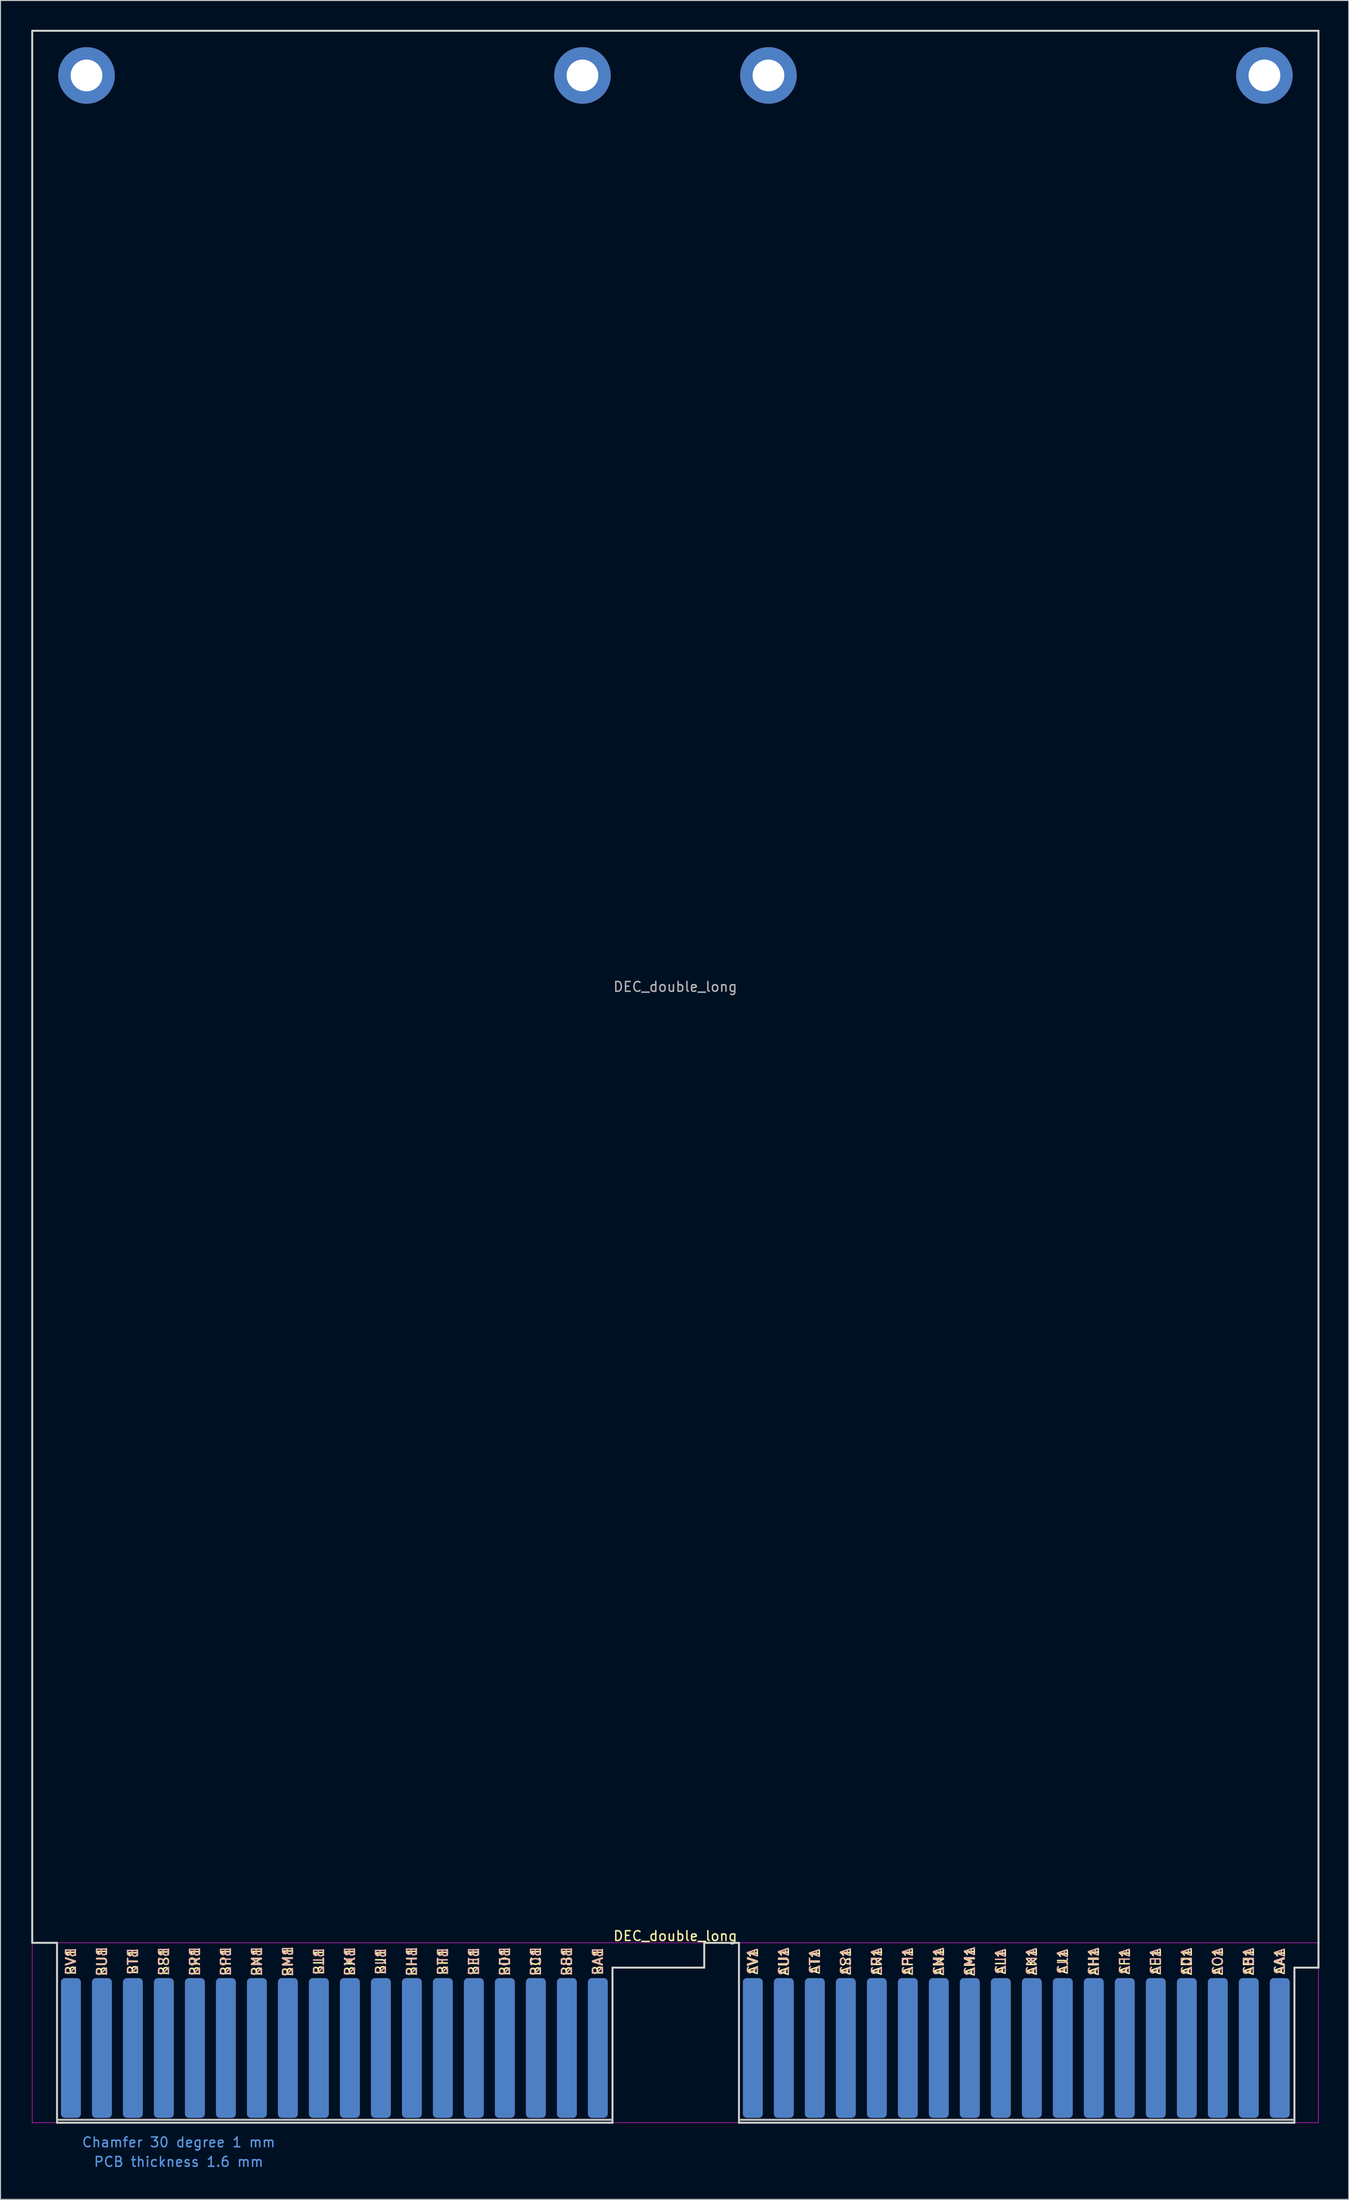
<source format=kicad_pcb>
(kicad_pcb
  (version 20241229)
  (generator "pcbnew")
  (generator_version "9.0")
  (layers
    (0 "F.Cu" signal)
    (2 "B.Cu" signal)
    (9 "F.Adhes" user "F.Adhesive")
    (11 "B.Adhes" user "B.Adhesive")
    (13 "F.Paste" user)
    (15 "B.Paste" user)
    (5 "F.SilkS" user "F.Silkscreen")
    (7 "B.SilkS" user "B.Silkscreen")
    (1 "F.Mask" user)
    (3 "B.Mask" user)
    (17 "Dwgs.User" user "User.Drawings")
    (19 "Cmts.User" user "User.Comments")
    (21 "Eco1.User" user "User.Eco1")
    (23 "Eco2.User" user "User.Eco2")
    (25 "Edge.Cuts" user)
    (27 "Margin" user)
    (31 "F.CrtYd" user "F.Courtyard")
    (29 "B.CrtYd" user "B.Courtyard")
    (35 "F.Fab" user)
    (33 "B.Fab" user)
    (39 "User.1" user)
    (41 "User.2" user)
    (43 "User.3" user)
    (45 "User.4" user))
  (footprint "DEC_double_long"
    (layer "F.Cu")
    (at 0.25 214.222)
    (property "Reference" "DEC_double_long" (at 65.87 -19.11 0) (layer "F.SilkS") (effects (font (size 1 1) (thickness 0.15))))
    (attr exclude_from_pos_files exclude_from_bom)
    (fp_line (start 2.54 -0.3) (end 59.436 -0.3) (stroke (width 0.2) (type solid)) (layer "Dwgs.User"))
    (fp_line (start 72.39 -0.3) (end 129.286 -0.3) (stroke (width 0.2) (type solid)) (layer "Dwgs.User"))
    (fp_line (start 0 -214.122) (end 131.75 -214.122) (stroke (width 0.2) (type solid)) (layer "Edge.Cuts"))
    (fp_line (start 0 -18.415) (end 0 -214.122) (stroke (width 0.2) (type solid)) (layer "Edge.Cuts"))
    (fp_line (start 0 -18.415) (end 2.54 -18.415) (stroke (width 0.2) (type solid)) (layer "Edge.Cuts"))
    (fp_line (start 2.54 -18.415) (end 2.54 -15.875) (stroke (width 0.2) (type solid)) (layer "Edge.Cuts"))
    (fp_line (start 2.54 -15.875) (end 2.54 0) (stroke (width 0.2) (type solid)) (layer "Edge.Cuts"))
    (fp_line (start 2.54 0) (end 59.436 0) (stroke (width 0.2) (type solid)) (layer "Edge.Cuts"))
    (fp_line (start 59.436 -15.875) (end 68.834 -15.875) (stroke (width 0.2) (type solid)) (layer "Edge.Cuts"))
    (fp_line (start 59.436 0) (end 59.436 -15.875) (stroke (width 0.2) (type solid)) (layer "Edge.Cuts"))
    (fp_line (start 68.834 -18.415) (end 72.39 -18.415) (stroke (width 0.2) (type solid)) (layer "Edge.Cuts"))
    (fp_line (start 68.834 -15.875) (end 68.834 -18.415) (stroke (width 0.2) (type solid)) (layer "Edge.Cuts"))
    (fp_line (start 72.39 -18.415) (end 72.39 -15.875) (stroke (width 0.2) (type solid)) (layer "Edge.Cuts"))
    (fp_line (start 72.39 -15.875) (end 72.39 0) (stroke (width 0.2) (type solid)) (layer "Edge.Cuts"))
    (fp_line (start 72.39 0) (end 129.286 0) (stroke (width 0.2) (type solid)) (layer "Edge.Cuts"))
    (fp_line (start 129.286 -15.875) (end 131.75 -15.875) (stroke (width 0.2) (type solid)) (layer "Edge.Cuts"))
    (fp_line (start 129.286 0) (end 129.286 -15.875) (stroke (width 0.2) (type solid)) (layer "Edge.Cuts"))
    (fp_line (start 131.75 -214.122) (end 131.75 -18.415) (stroke (width 0.2) (type solid)) (layer "Edge.Cuts"))
    (fp_line (start 131.75 -15.875) (end 131.75 -18.415) (stroke (width 0.2) (type solid)) (layer "Edge.Cuts"))
    (fp_line (start 0 -18.42) (end 131.74 -18.42) (stroke (width 0.05) (type solid)) (layer "F.CrtYd"))
    (fp_line (start 0 0) (end 0 -18.42) (stroke (width 0.05) (type solid)) (layer "F.CrtYd"))
    (fp_line (start 131.74 -18.42) (end 131.74 0) (stroke (width 0.05) (type solid)) (layer "F.CrtYd"))
    (fp_line (start 131.74 0) (end 0 0) (stroke (width 0.05) (type solid)) (layer "F.CrtYd"))
    (fp_text user "BV1" (at 3.962 -16.51 90) (layer "F.SilkS") (effects (font (size 1 1) (thickness 0.15))))
    (fp_text user "AS1" (at 83.337 -16.51 90) (layer "F.SilkS") (effects (font (size 1 1) (thickness 0.15))))
    (fp_text user "BM1" (at 26.187 -16.51 90) (layer "F.SilkS") (effects (font (size 1 1) (thickness 0.15))))
    (fp_text user "AL1" (at 99.212 -16.51 90) (layer "F.SilkS") (effects (font (size 1 1) (thickness 0.15))))
    (fp_text user "BF1" (at 42.062 -16.51 90) (layer "F.SilkS") (effects (font (size 1 1) (thickness 0.15))))
    (fp_text user "AU1" (at 76.987 -16.51 90) (layer "F.SilkS") (effects (font (size 1 1) (thickness 0.15))))
    (fp_text user "BS1" (at 13.487 -16.51 90) (layer "F.SilkS") (effects (font (size 1 1) (thickness 0.15))))
    (fp_text user "BA1" (at 57.937 -16.51 90) (layer "F.SilkS") (effects (font (size 1 1) (thickness 0.15))))
    (fp_text user "AR1" (at 86.512 -16.51 90) (layer "F.SilkS") (effects (font (size 1 1) (thickness 0.15))))
    (fp_text user "AB1" (at 124.612 -16.51 90) (layer "F.SilkS") (effects (font (size 1 1) (thickness 0.15))))
    (fp_text user "BC1" (at 51.587 -16.51 90) (layer "F.SilkS") (effects (font (size 1 1) (thickness 0.15))))
    (fp_text user "AV1" (at 73.812 -16.51 90) (layer "F.SilkS") (effects (font (size 1 1) (thickness 0.15))))
    (fp_text user "BB1" (at 54.762 -16.51 90) (layer "F.SilkS") (effects (font (size 1 1) (thickness 0.15))))
    (fp_text user "BH1" (at 38.887 -16.51 90) (layer "F.SilkS") (effects (font (size 1 1) (thickness 0.15))))
    (fp_text user "BL1" (at 29.362 -16.51 90) (layer "F.SilkS") (effects (font (size 1 1) (thickness 0.15))))
    (fp_text user "AT1" (at 80.162 -16.51 90) (layer "F.SilkS") (effects (font (size 1 1) (thickness 0.15))))
    (fp_text user "BR1" (at 16.662 -16.51 90) (layer "F.SilkS") (effects (font (size 1 1) (thickness 0.15))))
    (fp_text user "AE1" (at 115.087 -16.51 90) (layer "F.SilkS") (effects (font (size 1 1) (thickness 0.15))))
    (fp_text user "BK1" (at 32.537 -16.51 90) (layer "F.SilkS") (effects (font (size 1 1) (thickness 0.15))))
    (fp_text user "AA1" (at 127.787 -16.51 90) (layer "F.SilkS") (effects (font (size 1 1) (thickness 0.15))))
    (fp_text user "AC1" (at 121.437 -16.51 90) (layer "F.SilkS") (effects (font (size 1 1) (thickness 0.15))))
    (fp_text user "AD1" (at 118.262 -16.51 90) (layer "F.SilkS") (effects (font (size 1 1) (thickness 0.15))))
    (fp_text user "AN1" (at 92.862 -16.51 90) (layer "F.SilkS") (effects (font (size 1 1) (thickness 0.15))))
    (fp_text user "BN1" (at 23.012 -16.51 90) (layer "F.SilkS") (effects (font (size 1 1) (thickness 0.15))))
    (fp_text user "BE1" (at 45.237 -16.51 90) (layer "F.SilkS") (effects (font (size 1 1) (thickness 0.15))))
    (fp_text user "AH1" (at 108.737 -16.51 90) (layer "F.SilkS") (effects (font (size 1 1) (thickness 0.15))))
    (fp_text user "BT1" (at 10.312 -16.51 90) (layer "F.SilkS") (effects (font (size 1 1) (thickness 0.15))))
    (fp_text user "AJ1" (at 105.562 -16.51 90) (layer "F.SilkS") (effects (font (size 1 1) (thickness 0.15))))
    (fp_text user "BD1" (at 48.412 -16.51 90) (layer "F.SilkS") (effects (font (size 1 1) (thickness 0.15))))
    (fp_text user "BJ1" (at 35.712 -16.51 90) (layer "F.SilkS") (effects (font (size 1 1) (thickness 0.15))))
    (fp_text user "AP1" (at 89.687 -16.51 90) (layer "F.SilkS") (effects (font (size 1 1) (thickness 0.15))))
    (fp_text user "AM1" (at 96.037 -16.51 90) (layer "F.SilkS") (effects (font (size 1 1) (thickness 0.15))))
    (fp_text user "BP1" (at 19.837 -16.51 90) (layer "F.SilkS") (effects (font (size 1 1) (thickness 0.15))))
    (fp_text user "AK1" (at 102.387 -16.51 90) (layer "F.SilkS") (effects (font (size 1 1) (thickness 0.15))))
    (fp_text user "AF1" (at 111.912 -16.51 90) (layer "F.SilkS") (effects (font (size 1 1) (thickness 0.15))))
    (fp_text user "BU1" (at 7.137 -16.51 90) (layer "F.SilkS") (effects (font (size 1 1) (thickness 0.15))))
    (fp_text user "AB2" (at 124.612 -16.51 90) (layer "B.SilkS") (effects (font (size 1 1) (thickness 0.15)) (justify mirror)))
    (fp_text user "AA2" (at 127.787 -16.51 90) (layer "B.SilkS") (effects (font (size 1 1) (thickness 0.15)) (justify mirror)))
    (fp_text user "BS2" (at 13.487 -16.51 90) (layer "B.SilkS") (effects (font (size 1 1) (thickness 0.15)) (justify mirror)))
    (fp_text user "AK2" (at 102.387 -16.51 90) (layer "B.SilkS") (effects (font (size 1 1) (thickness 0.15)) (justify mirror)))
    (fp_text user "AP2" (at 89.687 -16.51 90) (layer "B.SilkS") (effects (font (size 1 1) (thickness 0.15)) (justify mirror)))
    (fp_text user "BL2" (at 29.362 -16.51 90) (layer "B.SilkS") (effects (font (size 1 1) (thickness 0.15)) (justify mirror)))
    (fp_text user "AL2" (at 99.212 -16.51 90) (layer "B.SilkS") (effects (font (size 1 1) (thickness 0.15)) (justify mirror)))
    (fp_text user "BK2" (at 32.537 -16.51 90) (layer "B.SilkS") (effects (font (size 1 1) (thickness 0.15)) (justify mirror)))
    (fp_text user "BC2" (at 51.587 -16.51 90) (layer "B.SilkS") (effects (font (size 1 1) (thickness 0.15)) (justify mirror)))
    (fp_text user "BM2" (at 26.187 -16.51 90) (layer "B.SilkS") (effects (font (size 1 1) (thickness 0.15)) (justify mirror)))
    (fp_text user "AR2" (at 86.512 -16.51 90) (layer "B.SilkS") (effects (font (size 1 1) (thickness 0.15)) (justify mirror)))
    (fp_text user "BF2" (at 42.062 -16.51 90) (layer "B.SilkS") (effects (font (size 1 1) (thickness 0.15)) (justify mirror)))
    (fp_text user "BB2" (at 54.762 -16.51 90) (layer "B.SilkS") (effects (font (size 1 1) (thickness 0.15)) (justify mirror)))
    (fp_text user "AN2" (at 92.862 -16.51 90) (layer "B.SilkS") (effects (font (size 1 1) (thickness 0.15)) (justify mirror)))
    (fp_text user "BN2" (at 23.012 -16.51 90) (layer "B.SilkS") (effects (font (size 1 1) (thickness 0.15)) (justify mirror)))
    (fp_text user "AE2" (at 115.087 -16.51 90) (layer "B.SilkS") (effects (font (size 1 1) (thickness 0.15)) (justify mirror)))
    (fp_text user "AJ2" (at 105.562 -16.51 90) (layer "B.SilkS") (effects (font (size 1 1) (thickness 0.15)) (justify mirror)))
    (fp_text user "BJ2" (at 35.712 -16.51 90) (layer "B.SilkS") (effects (font (size 1 1) (thickness 0.15)) (justify mirror)))
    (fp_text user "AM2" (at 96.037 -16.51 90) (layer "B.SilkS") (effects (font (size 1 1) (thickness 0.15)) (justify mirror)))
    (fp_text user "AS2" (at 83.337 -16.51 90) (layer "B.SilkS") (effects (font (size 1 1) (thickness 0.15)) (justify mirror)))
    (fp_text user "BH2" (at 38.887 -16.51 90) (layer "B.SilkS") (effects (font (size 1 1) (thickness 0.15)) (justify mirror)))
    (fp_text user "AT2" (at 80.162 -16.51 90) (layer "B.SilkS") (effects (font (size 1 1) (thickness 0.15)) (justify mirror)))
    (fp_text user "AD2" (at 118.262 -16.51 90) (layer "B.SilkS") (effects (font (size 1 1) (thickness 0.15)) (justify mirror)))
    (fp_text user "AH2" (at 108.737 -16.51 90) (layer "B.SilkS") (effects (font (size 1 1) (thickness 0.15)) (justify mirror)))
    (fp_text user "BE2" (at 45.237 -16.51 90) (layer "B.SilkS") (effects (font (size 1 1) (thickness 0.15)) (justify mirror)))
    (fp_text user "BP2" (at 19.837 -16.51 90) (layer "B.SilkS") (effects (font (size 1 1) (thickness 0.15)) (justify mirror)))
    (fp_text user "BV2" (at 3.962 -16.51 90) (layer "B.SilkS") (effects (font (size 1 1) (thickness 0.15)) (justify mirror)))
    (fp_text user "AF2" (at 111.912 -16.51 90) (layer "B.SilkS") (effects (font (size 1 1) (thickness 0.15)) (justify mirror)))
    (fp_text user "BD2" (at 48.412 -16.51 90) (layer "B.SilkS") (effects (font (size 1 1) (thickness 0.15)) (justify mirror)))
    (fp_text user "BT2" (at 10.312 -16.51 90) (layer "B.SilkS") (effects (font (size 1 1) (thickness 0.15)) (justify mirror)))
    (fp_text user "AC2" (at 121.437 -16.51 90) (layer "B.SilkS") (effects (font (size 1 1) (thickness 0.15)) (justify mirror)))
    (fp_text user "BA2" (at 57.937 -16.51 90) (layer "B.SilkS") (effects (font (size 1 1) (thickness 0.15)) (justify mirror)))
    (fp_text user "AU2" (at 76.987 -16.51 90) (layer "B.SilkS") (effects (font (size 1 1) (thickness 0.15)) (justify mirror)))
    (fp_text user "BU2" (at 7.137 -16.51 90) (layer "B.SilkS") (effects (font (size 1 1) (thickness 0.15)) (justify mirror)))
    (fp_text user "AV2" (at 73.812 -16.51 90) (layer "B.SilkS") (effects (font (size 1 1) (thickness 0.15)) (justify mirror)))
    (fp_text user "BR2" (at 16.662 -16.51 90) (layer "B.SilkS") (effects (font (size 1 1) (thickness 0.15)) (justify mirror)))
    (fp_text user "Chamfer 30 degree 1 mm" (at 15 2 0) (layer "Cmts.User") (effects (font (size 1 1) (thickness 0.15))))
    (fp_text user "PCB thickness 1.6 mm" (at 15 4 0) (layer "Cmts.User") (effects (font (size 1 1) (thickness 0.15))))
    (fp_text user "${REFERENCE}" (at 65.87 -116.27 0) (layer "F.Fab") (effects (font (size 1 1) (thickness 0.15))))
    (pad "AA1" connect roundrect (at 127.787 -7.65) (size 2.032 14.3) (layers "F.Cu" "F.Mask") (roundrect_rratio 0.2))
    (pad "AA2" connect roundrect (at 127.787 -7.65) (size 2.032 14.3) (layers "B.Cu" "B.Mask") (roundrect_rratio 0.2))
    (pad "AB1" connect roundrect (at 124.612 -7.65) (size 2.032 14.3) (layers "F.Cu" "F.Mask") (roundrect_rratio 0.2))
    (pad "AB2" connect roundrect (at 124.612 -7.65) (size 2.032 14.3) (layers "B.Cu" "B.Mask") (roundrect_rratio 0.2))
    (pad "AC1" connect roundrect (at 121.437 -7.65) (size 2.032 14.3) (layers "F.Cu" "F.Mask") (roundrect_rratio 0.2))
    (pad "AC2" connect roundrect (at 121.437 -7.65) (size 2.032 14.3) (layers "B.Cu" "B.Mask") (roundrect_rratio 0.2))
    (pad "AD1" connect roundrect (at 118.262 -7.65) (size 2.032 14.3) (layers "F.Cu" "F.Mask") (roundrect_rratio 0.2))
    (pad "AD2" connect roundrect (at 118.262 -7.65) (size 2.032 14.3) (layers "B.Cu" "B.Mask") (roundrect_rratio 0.2))
    (pad "AE1" connect roundrect (at 115.087 -7.65) (size 2.032 14.3) (layers "F.Cu" "F.Mask") (roundrect_rratio 0.2))
    (pad "AE2" connect roundrect (at 115.087 -7.65) (size 2.032 14.3) (layers "B.Cu" "B.Mask") (roundrect_rratio 0.2))
    (pad "AF1" connect roundrect (at 111.912 -7.65) (size 2.032 14.3) (layers "F.Cu" "F.Mask") (roundrect_rratio 0.2))
    (pad "AF2" connect roundrect (at 111.912 -7.65) (size 2.032 14.3) (layers "B.Cu" "B.Mask") (roundrect_rratio 0.2))
    (pad "AH1" connect roundrect (at 108.737 -7.65) (size 2.032 14.3) (layers "F.Cu" "F.Mask") (roundrect_rratio 0.2))
    (pad "AH2" connect roundrect (at 108.737 -7.65) (size 2.032 14.3) (layers "B.Cu" "B.Mask") (roundrect_rratio 0.2))
    (pad "AJ1" connect roundrect (at 105.562 -7.65) (size 2.032 14.3) (layers "F.Cu" "F.Mask") (roundrect_rratio 0.2))
    (pad "AJ2" connect roundrect (at 105.562 -7.65) (size 2.032 14.3) (layers "B.Cu" "B.Mask") (roundrect_rratio 0.2))
    (pad "AK1" connect roundrect (at 102.387 -7.65) (size 2.032 14.3) (layers "F.Cu" "F.Mask") (roundrect_rratio 0.2))
    (pad "AK2" connect roundrect (at 102.387 -7.65) (size 2.032 14.3) (layers "B.Cu" "B.Mask") (roundrect_rratio 0.2))
    (pad "AL1" connect roundrect (at 99.212 -7.65) (size 2.032 14.3) (layers "F.Cu" "F.Mask") (roundrect_rratio 0.2))
    (pad "AL2" connect roundrect (at 99.212 -7.65) (size 2.032 14.3) (layers "B.Cu" "B.Mask") (roundrect_rratio 0.2))
    (pad "AM1" connect roundrect (at 96.037 -7.65) (size 2.032 14.3) (layers "F.Cu" "F.Mask") (roundrect_rratio 0.2))
    (pad "AM2" connect roundrect (at 96.037 -7.65) (size 2.032 14.3) (layers "B.Cu" "B.Mask") (roundrect_rratio 0.2))
    (pad "AN1" connect roundrect (at 92.862 -7.65) (size 2.032 14.3) (layers "F.Cu" "F.Mask") (roundrect_rratio 0.2))
    (pad "AN2" connect roundrect (at 92.862 -7.65) (size 2.032 14.3) (layers "B.Cu" "B.Mask") (roundrect_rratio 0.2))
    (pad "AP1" connect roundrect (at 89.687 -7.65) (size 2.032 14.3) (layers "F.Cu" "F.Mask") (roundrect_rratio 0.2))
    (pad "AP2" connect roundrect (at 89.687 -7.65) (size 2.032 14.3) (layers "B.Cu" "B.Mask") (roundrect_rratio 0.2))
    (pad "AR1" connect roundrect (at 86.512 -7.65) (size 2.032 14.3) (layers "F.Cu" "F.Mask") (roundrect_rratio 0.2))
    (pad "AR2" connect roundrect (at 86.512 -7.65) (size 2.032 14.3) (layers "B.Cu" "B.Mask") (roundrect_rratio 0.2))
    (pad "AS1" connect roundrect (at 83.337 -7.65) (size 2.032 14.3) (layers "F.Cu" "F.Mask") (roundrect_rratio 0.2))
    (pad "AS2" connect roundrect (at 83.337 -7.65) (size 2.032 14.3) (layers "B.Cu" "B.Mask") (roundrect_rratio 0.2))
    (pad "AT1" connect roundrect (at 80.162 -7.65) (size 2.032 14.3) (layers "F.Cu" "F.Mask") (roundrect_rratio 0.2))
    (pad "AT2" connect roundrect (at 80.162 -7.65) (size 2.032 14.3) (layers "B.Cu" "B.Mask") (roundrect_rratio 0.2))
    (pad "AU1" connect roundrect (at 76.987 -7.65) (size 2.032 14.3) (layers "F.Cu" "F.Mask") (roundrect_rratio 0.2))
    (pad "AU2" connect roundrect (at 76.987 -7.65) (size 2.032 14.3) (layers "B.Cu" "B.Mask") (roundrect_rratio 0.2))
    (pad "AV1" connect roundrect (at 73.812 -7.65) (size 2.032 14.3) (layers "F.Cu" "F.Mask") (roundrect_rratio 0.2))
    (pad "AV2" connect roundrect (at 73.812 -7.65) (size 2.032 14.3) (layers "B.Cu" "B.Mask") (roundrect_rratio 0.2))
    (pad "BA1" connect roundrect (at 57.937 -7.65) (size 2.032 14.3) (layers "F.Cu" "F.Mask") (roundrect_rratio 0.2))
    (pad "BA2" connect roundrect (at 57.937 -7.65) (size 2.032 14.3) (layers "B.Cu" "B.Mask") (roundrect_rratio 0.2))
    (pad "BB1" connect roundrect (at 54.762 -7.65) (size 2.032 14.3) (layers "F.Cu" "F.Mask") (roundrect_rratio 0.2))
    (pad "BB2" connect roundrect (at 54.762 -7.65) (size 2.032 14.3) (layers "B.Cu" "B.Mask") (roundrect_rratio 0.2))
    (pad "BC1" connect roundrect (at 51.587 -7.65) (size 2.032 14.3) (layers "F.Cu" "F.Mask") (roundrect_rratio 0.2))
    (pad "BC2" connect roundrect (at 51.587 -7.65) (size 2.032 14.3) (layers "B.Cu" "B.Mask") (roundrect_rratio 0.2))
    (pad "BD1" connect roundrect (at 48.412 -7.65) (size 2.032 14.3) (layers "F.Cu" "F.Mask") (roundrect_rratio 0.2))
    (pad "BD2" connect roundrect (at 48.412 -7.65) (size 2.032 14.3) (layers "B.Cu" "B.Mask") (roundrect_rratio 0.2))
    (pad "BE1" connect roundrect (at 45.237 -7.65) (size 2.032 14.3) (layers "F.Cu" "F.Mask") (roundrect_rratio 0.2))
    (pad "BE2" connect roundrect (at 45.237 -7.65) (size 2.032 14.3) (layers "B.Cu" "B.Mask") (roundrect_rratio 0.2))
    (pad "BF1" connect roundrect (at 42.062 -7.65) (size 2.032 14.3) (layers "F.Cu" "F.Mask") (roundrect_rratio 0.2))
    (pad "BF2" connect roundrect (at 42.062 -7.65) (size 2.032 14.3) (layers "B.Cu" "B.Mask") (roundrect_rratio 0.2))
    (pad "BH1" connect roundrect (at 38.887 -7.65) (size 2.032 14.3) (layers "F.Cu" "F.Mask") (roundrect_rratio 0.2))
    (pad "BH2" connect roundrect (at 38.887 -7.65) (size 2.032 14.3) (layers "B.Cu" "B.Mask") (roundrect_rratio 0.2))
    (pad "BJ1" connect roundrect (at 35.712 -7.65) (size 2.032 14.3) (layers "F.Cu" "F.Mask") (roundrect_rratio 0.2))
    (pad "BJ2" connect roundrect (at 35.712 -7.65) (size 2.032 14.3) (layers "B.Cu" "B.Mask") (roundrect_rratio 0.2))
    (pad "BK1" connect roundrect (at 32.537 -7.65) (size 2.032 14.3) (layers "F.Cu" "F.Mask") (roundrect_rratio 0.2))
    (pad "BK2" connect roundrect (at 32.537 -7.65) (size 2.032 14.3) (layers "B.Cu" "B.Mask") (roundrect_rratio 0.2))
    (pad "BL1" connect roundrect (at 29.362 -7.65) (size 2.032 14.3) (layers "F.Cu" "F.Mask") (roundrect_rratio 0.2))
    (pad "BL2" connect roundrect (at 29.362 -7.65) (size 2.032 14.3) (layers "B.Cu" "B.Mask") (roundrect_rratio 0.2))
    (pad "BM1" connect roundrect (at 26.187 -7.65) (size 2.032 14.3) (layers "F.Cu" "F.Mask") (roundrect_rratio 0.2))
    (pad "BM2" connect roundrect (at 26.187 -7.65) (size 2.032 14.3) (layers "B.Cu" "B.Mask") (roundrect_rratio 0.2))
    (pad "BN1" connect roundrect (at 23.012 -7.65) (size 2.032 14.3) (layers "F.Cu" "F.Mask") (roundrect_rratio 0.2))
    (pad "BN2" connect roundrect (at 23.012 -7.65) (size 2.032 14.3) (layers "B.Cu" "B.Mask") (roundrect_rratio 0.2))
    (pad "BP1" connect roundrect (at 19.837 -7.65) (size 2.032 14.3) (layers "F.Cu" "F.Mask") (roundrect_rratio 0.2))
    (pad "BP2" connect roundrect (at 19.837 -7.65) (size 2.032 14.3) (layers "B.Cu" "B.Mask") (roundrect_rratio 0.2))
    (pad "BR1" connect roundrect (at 16.662 -7.65) (size 2.032 14.3) (layers "F.Cu" "F.Mask") (roundrect_rratio 0.2))
    (pad "BR2" connect roundrect (at 16.662 -7.65) (size 2.032 14.3) (layers "B.Cu" "B.Mask") (roundrect_rratio 0.2))
    (pad "BS1" connect roundrect (at 13.487 -7.65) (size 2.032 14.3) (layers "F.Cu" "F.Mask") (roundrect_rratio 0.2))
    (pad "BS2" connect roundrect (at 13.487 -7.65) (size 2.032 14.3) (layers "B.Cu" "B.Mask") (roundrect_rratio 0.2))
    (pad "BT1" connect roundrect (at 10.312 -7.65) (size 2.032 14.3) (layers "F.Cu" "F.Mask") (roundrect_rratio 0.2))
    (pad "BT2" connect roundrect (at 10.312 -7.65) (size 2.032 14.3) (layers "B.Cu" "B.Mask") (roundrect_rratio 0.2))
    (pad "BU1" connect roundrect (at 7.137 -7.65) (size 2.032 14.3) (layers "F.Cu" "F.Mask") (roundrect_rratio 0.2))
    (pad "BU2" connect roundrect (at 7.137 -7.65) (size 2.032 14.3) (layers "B.Cu" "B.Mask") (roundrect_rratio 0.2))
    (pad "BV1" connect roundrect (at 3.962 -7.65) (size 2.032 14.3) (layers "F.Cu" "F.Mask") (roundrect_rratio 0.2))
    (pad "BV2" connect roundrect (at 3.962 -7.65) (size 2.032 14.3) (layers "B.Cu" "B.Mask") (roundrect_rratio 0.2))
    (pad "H" thru_hole circle (at 5.563 -209.55) (size 5.791 5.791) (drill 3.251) (layers "*.Cu" "*.Mask"))
    (pad "H" thru_hole circle (at 56.363 -209.55) (size 5.791 5.791) (drill 3.251) (layers "*.Cu" "*.Mask"))
    (pad "H" thru_hole circle (at 75.413 -209.55) (size 5.791 5.791) (drill 3.251) (layers "*.Cu" "*.Mask"))
    (pad "H" thru_hole circle (at 126.213 -209.55) (size 5.791 5.791) (drill 3.251) (layers "*.Cu" "*.Mask")))
  (gr_rect
    (start -3 -3)
    (end 135.1 222.07)
    (stroke (width 0.1) (type default))
    (fill no)
    (layer "Edge.Cuts")))
</source>
